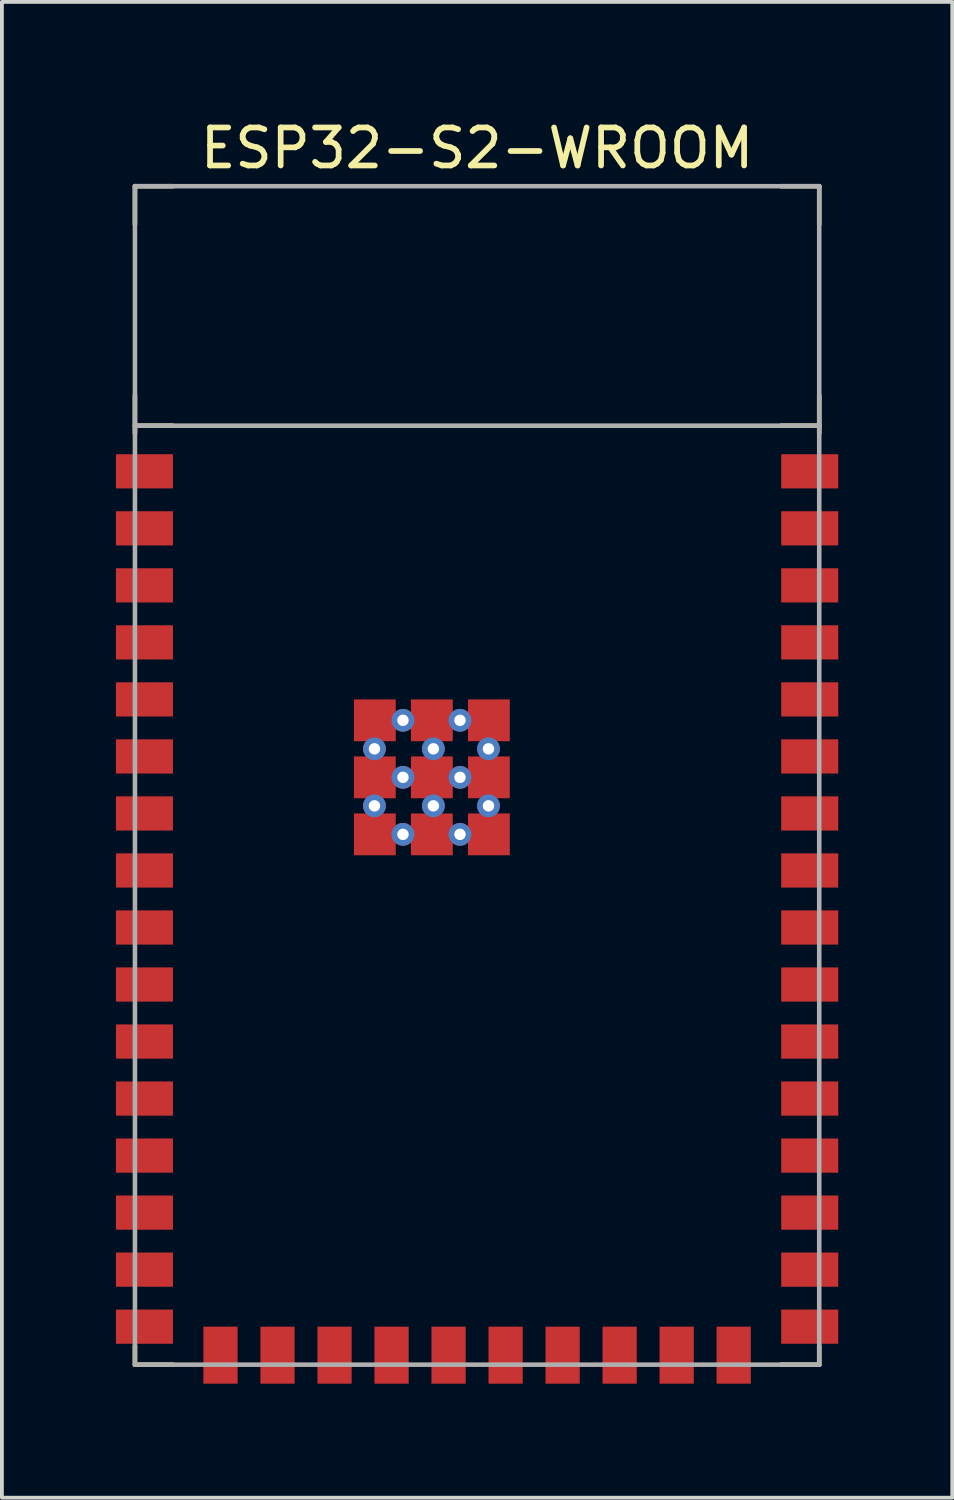
<source format=kicad_pcb>
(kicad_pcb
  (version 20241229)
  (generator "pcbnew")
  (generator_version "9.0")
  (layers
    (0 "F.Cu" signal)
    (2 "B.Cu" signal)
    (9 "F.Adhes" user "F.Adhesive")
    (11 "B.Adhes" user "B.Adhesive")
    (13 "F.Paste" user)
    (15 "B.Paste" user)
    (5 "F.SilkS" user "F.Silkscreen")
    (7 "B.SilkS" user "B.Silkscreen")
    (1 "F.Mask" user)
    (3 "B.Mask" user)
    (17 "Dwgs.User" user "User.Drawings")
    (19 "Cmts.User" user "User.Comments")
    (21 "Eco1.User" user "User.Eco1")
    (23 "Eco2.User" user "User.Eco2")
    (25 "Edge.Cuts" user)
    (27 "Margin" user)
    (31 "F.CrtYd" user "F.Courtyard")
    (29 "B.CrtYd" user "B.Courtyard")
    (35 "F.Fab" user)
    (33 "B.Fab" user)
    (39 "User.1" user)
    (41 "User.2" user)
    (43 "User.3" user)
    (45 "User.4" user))
  (footprint "ESP32-S2-WROOM"
    (layer "F.Cu")
    (at 9.5 17.348)
    (property "Reference" "ESP32-S2-WROOM" (at 0 -16.5 0) (layer "F.SilkS") (effects (font (size 1 1) (thickness 0.15))))
    (attr through_hole)
    (fp_line (start -9 -15.5) (end -9 -14.5) (stroke (width 0.12) (type solid)) (layer "F.SilkS"))
    (fp_line (start -9 -9) (end -9 -10) (stroke (width 0.12) (type solid)) (layer "F.SilkS"))
    (fp_line (start -9 15) (end -9 15.5) (stroke (width 0.12) (type solid)) (layer "F.SilkS"))
    (fp_line (start -9 15.5) (end -8 15.5) (stroke (width 0.12) (type solid)) (layer "F.SilkS"))
    (fp_line (start -8 -15.5) (end -9 -15.5) (stroke (width 0.12) (type solid)) (layer "F.SilkS"))
    (fp_line (start -8 -9.2) (end -9 -9.2) (stroke (width 0.12) (type solid)) (layer "F.SilkS"))
    (fp_line (start 8 -15.5) (end 9 -15.5) (stroke (width 0.12) (type solid)) (layer "F.SilkS"))
    (fp_line (start 8 -9.2) (end 9 -9.2) (stroke (width 0.12) (type solid)) (layer "F.SilkS"))
    (fp_line (start 8 15.5) (end 9 15.5) (stroke (width 0.12) (type solid)) (layer "F.SilkS"))
    (fp_line (start 9 -15.5) (end 9 -14.5) (stroke (width 0.12) (type solid)) (layer "F.SilkS"))
    (fp_line (start 9 -9) (end 9 -10) (stroke (width 0.12) (type solid)) (layer "F.SilkS"))
    (fp_line (start 9 15.5) (end 9 15) (stroke (width 0.12) (type solid)) (layer "F.SilkS"))
    (fp_line (start -9 -15.5) (end 9 -15.5) (stroke (width 0.12) (type solid)) (layer "F.Fab"))
    (fp_line (start -9 -9.2) (end 9 -9.2) (stroke (width 0.12) (type solid)) (layer "F.Fab"))
    (fp_line (start -9 15.5) (end -9 -15.5) (stroke (width 0.12) (type solid)) (layer "F.Fab"))
    (fp_line (start 9 -15.5) (end 9 15.5) (stroke (width 0.12) (type solid)) (layer "F.Fab"))
    (fp_line (start 9 15.5) (end -9 15.5) (stroke (width 0.12) (type solid)) (layer "F.Fab"))
    (pad "1" smd rect (at -8.75 -8) (size 1.5 0.9) (layers "F.Cu" "F.Mask" "F.Paste"))
    (pad "2" smd rect (at -8.75 -6.5) (size 1.5 0.9) (layers "F.Cu" "F.Mask" "F.Paste"))
    (pad "3" smd rect (at -8.75 -5) (size 1.5 0.9) (layers "F.Cu" "F.Mask" "F.Paste"))
    (pad "4" smd rect (at -8.75 -3.5) (size 1.5 0.9) (layers "F.Cu" "F.Mask" "F.Paste"))
    (pad "5" smd rect (at -8.75 -2) (size 1.5 0.9) (layers "F.Cu" "F.Mask" "F.Paste"))
    (pad "6" smd rect (at -8.75 -0.5) (size 1.5 0.9) (layers "F.Cu" "F.Mask" "F.Paste"))
    (pad "7" smd rect (at -8.75 1) (size 1.5 0.9) (layers "F.Cu" "F.Mask" "F.Paste"))
    (pad "8" smd rect (at -8.75 2.5) (size 1.5 0.9) (layers "F.Cu" "F.Mask" "F.Paste"))
    (pad "9" smd rect (at -8.75 4) (size 1.5 0.9) (layers "F.Cu" "F.Mask" "F.Paste"))
    (pad "10" smd rect (at -8.75 5.5) (size 1.5 0.9) (layers "F.Cu" "F.Mask" "F.Paste"))
    (pad "11" smd rect (at -8.75 7) (size 1.5 0.9) (layers "F.Cu" "F.Mask" "F.Paste"))
    (pad "12" smd rect (at -8.75 8.5) (size 1.5 0.9) (layers "F.Cu" "F.Mask" "F.Paste"))
    (pad "13" smd rect (at -8.75 10) (size 1.5 0.9) (layers "F.Cu" "F.Mask" "F.Paste"))
    (pad "14" smd rect (at -8.75 11.5) (size 1.5 0.9) (layers "F.Cu" "F.Mask" "F.Paste"))
    (pad "15" smd rect (at -8.75 13) (size 1.5 0.9) (layers "F.Cu" "F.Mask" "F.Paste"))
    (pad "16" smd rect (at -8.75 14.5) (size 1.5 0.9) (layers "F.Cu" "F.Mask" "F.Paste"))
    (pad "17" smd rect (at -6.75 15.25 90) (size 1.5 0.9) (layers "F.Cu" "F.Mask" "F.Paste"))
    (pad "18" smd rect (at -5.25 15.25 90) (size 1.5 0.9) (layers "F.Cu" "F.Mask" "F.Paste"))
    (pad "19" smd rect (at -3.75 15.25 90) (size 1.5 0.9) (layers "F.Cu" "F.Mask" "F.Paste"))
    (pad "20" smd rect (at -2.25 15.25 90) (size 1.5 0.9) (layers "F.Cu" "F.Mask" "F.Paste"))
    (pad "21" smd rect (at -0.75 15.25 90) (size 1.5 0.9) (layers "F.Cu" "F.Mask" "F.Paste"))
    (pad "22" smd rect (at 0.75 15.25 90) (size 1.5 0.9) (layers "F.Cu" "F.Mask" "F.Paste"))
    (pad "23" smd rect (at 2.25 15.25 90) (size 1.5 0.9) (layers "F.Cu" "F.Mask" "F.Paste"))
    (pad "24" smd rect (at 3.75 15.25 90) (size 1.5 0.9) (layers "F.Cu" "F.Mask" "F.Paste"))
    (pad "25" smd rect (at 5.25 15.25 90) (size 1.5 0.9) (layers "F.Cu" "F.Mask" "F.Paste"))
    (pad "26" smd rect (at 6.75 15.25 90) (size 1.5 0.9) (layers "F.Cu" "F.Mask" "F.Paste"))
    (pad "27" smd rect (at 8.75 14.5 180) (size 1.5 0.9) (layers "F.Cu" "F.Mask" "F.Paste"))
    (pad "28" smd rect (at 8.75 13 180) (size 1.5 0.9) (layers "F.Cu" "F.Mask" "F.Paste"))
    (pad "29" smd rect (at 8.75 11.5 180) (size 1.5 0.9) (layers "F.Cu" "F.Mask" "F.Paste"))
    (pad "30" smd rect (at 8.75 10 180) (size 1.5 0.9) (layers "F.Cu" "F.Mask" "F.Paste"))
    (pad "31" smd rect (at 8.75 8.5 180) (size 1.5 0.9) (layers "F.Cu" "F.Mask" "F.Paste"))
    (pad "32" smd rect (at 8.75 7 180) (size 1.5 0.9) (layers "F.Cu" "F.Mask" "F.Paste"))
    (pad "33" smd rect (at 8.75 5.5 180) (size 1.5 0.9) (layers "F.Cu" "F.Mask" "F.Paste"))
    (pad "34" smd rect (at 8.75 4 180) (size 1.5 0.9) (layers "F.Cu" "F.Mask" "F.Paste"))
    (pad "35" smd rect (at 8.75 2.5 180) (size 1.5 0.9) (layers "F.Cu" "F.Mask" "F.Paste"))
    (pad "36" smd rect (at 8.75 1 180) (size 1.5 0.9) (layers "F.Cu" "F.Mask" "F.Paste"))
    (pad "37" smd rect (at 8.75 -0.5 180) (size 1.5 0.9) (layers "F.Cu" "F.Mask" "F.Paste"))
    (pad "38" smd rect (at 8.75 -2 180) (size 1.5 0.9) (layers "F.Cu" "F.Mask" "F.Paste"))
    (pad "39" smd rect (at 8.75 -3.5 180) (size 1.5 0.9) (layers "F.Cu" "F.Mask" "F.Paste"))
    (pad "40" smd rect (at 8.75 -5 180) (size 1.5 0.9) (layers "F.Cu" "F.Mask" "F.Paste"))
    (pad "41" smd rect (at 8.75 -6.5 180) (size 1.5 0.9) (layers "F.Cu" "F.Mask" "F.Paste"))
    (pad "42" smd rect (at 8.75 -8 180) (size 1.5 0.9) (layers "F.Cu" "F.Mask" "F.Paste"))
    (pad "43" thru_hole circle (at -2.7 -0.7) (size 0.6 0.6) (drill 0.3) (layers "*.Cu" "*.Mask"))
    (pad "43" thru_hole circle (at -2.7 0.8) (size 0.6 0.6) (drill 0.3) (layers "*.Cu" "*.Mask"))
    (pad "43" smd rect (at -2.69 -1.45) (size 1.1 1.1) (layers "F.Cu" "F.Mask" "F.Paste"))
    (pad "43" smd rect (at -2.69 0.05) (size 1.1 1.1) (layers "F.Cu" "F.Mask" "F.Paste"))
    (pad "43" smd rect (at -2.69 1.55) (size 1.1 1.1) (layers "F.Cu" "F.Mask" "F.Paste"))
    (pad "43" thru_hole circle (at -1.95 -1.45) (size 0.6 0.6) (drill 0.3) (layers "*.Cu" "*.Mask"))
    (pad "43" thru_hole circle (at -1.95 0.05) (size 0.6 0.6) (drill 0.3) (layers "*.Cu" "*.Mask"))
    (pad "43" thru_hole circle (at -1.95 1.55) (size 0.6 0.6) (drill 0.3) (layers "*.Cu" "*.Mask"))
    (pad "43" smd rect (at -1.19 -1.45) (size 1.1 1.1) (layers "F.Cu" "F.Mask" "F.Paste"))
    (pad "43" smd rect (at -1.19 0.05) (size 1.1 1.1) (layers "F.Cu" "F.Mask" "F.Paste"))
    (pad "43" smd rect (at -1.19 1.55) (size 1.1 1.1) (layers "F.Cu" "F.Mask" "F.Paste"))
    (pad "43" thru_hole circle (at -1.15 -0.7) (size 0.6 0.6) (drill 0.3) (layers "*.Cu" "*.Mask"))
    (pad "43" thru_hole circle (at -1.15 0.8) (size 0.6 0.6) (drill 0.3) (layers "*.Cu" "*.Mask"))
    (pad "43" thru_hole circle (at -0.45 -1.45) (size 0.6 0.6) (drill 0.3) (layers "*.Cu" "*.Mask"))
    (pad "43" thru_hole circle (at -0.45 0.05) (size 0.6 0.6) (drill 0.3) (layers "*.Cu" "*.Mask"))
    (pad "43" thru_hole circle (at -0.45 1.55) (size 0.6 0.6) (drill 0.3) (layers "*.Cu" "*.Mask"))
    (pad "43" thru_hole circle (at 0.3 -0.7) (size 0.6 0.6) (drill 0.3) (layers "*.Cu" "*.Mask"))
    (pad "43" thru_hole circle (at 0.3 0.8) (size 0.6 0.6) (drill 0.3) (layers "*.Cu" "*.Mask"))
    (pad "43" smd rect (at 0.31 -1.45) (size 1.1 1.1) (layers "F.Cu" "F.Mask" "F.Paste"))
    (pad "43" smd rect (at 0.31 0.05) (size 1.1 1.1) (layers "F.Cu" "F.Mask" "F.Paste"))
    (pad "43" smd rect (at 0.31 1.55) (size 1.1 1.1) (layers "F.Cu" "F.Mask" "F.Paste")))
  (gr_rect
    (start -3 -3)
    (end 22 36.348)
    (stroke (width 0.1) (type default))
    (fill no)
    (layer "Edge.Cuts")))
</source>
